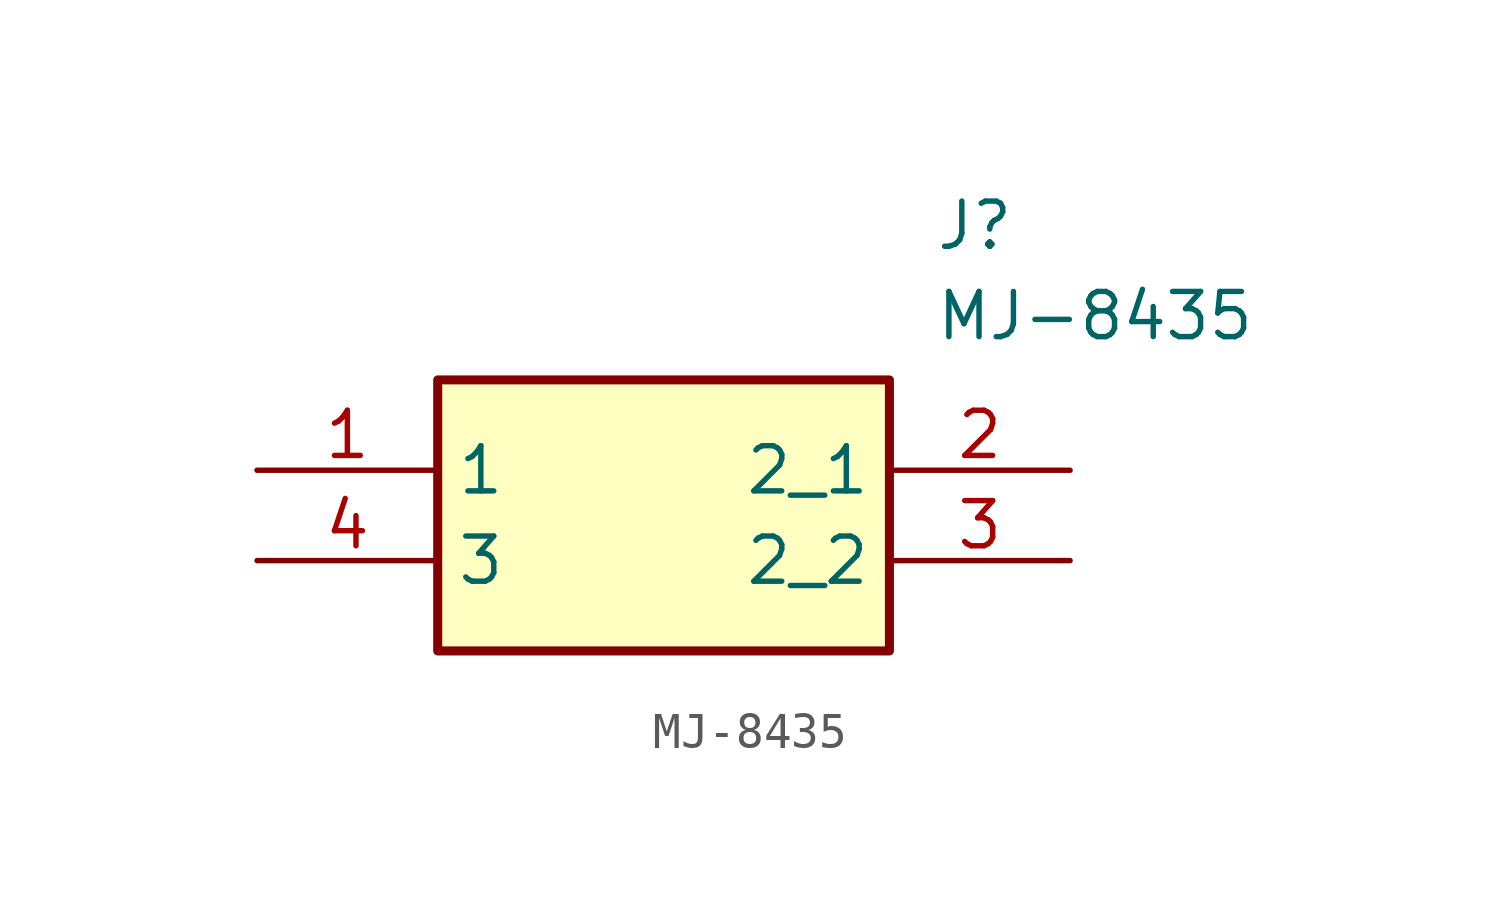
<source format=kicad_sym>
(kicad_symbol_lib
  (version 20211014)
  (generator SamacSys_ECAD_Model)
  (symbol "MJ-8435"
    (property "Reference" "J"
      (at 19.05 7.62 0)
      (effects (font (size 1.27 1.27)) (justify left top)))
    (property "Value" "MJ-8435"
      (at 19.05 5.08 0)
      (effects (font (size 1.27 1.27)) (justify left top)))
    (rectangle
      (start 5.08 2.54)
      (end 17.78 -5.08)
      (stroke (width 0.254) (type default))
      (fill (type background)))
    (pin passive line
      (at 0 0 0)
      (length 5.08)
      (name "1" (effects (font (size 1.27 1.27))))
      (number "1" (effects (font (size 1.27 1.27)))))
    (pin passive line
      (at 22.86 0 180)
      (length 5.08)
      (name "2_1" (effects (font (size 1.27 1.27))))
      (number "2" (effects (font (size 1.27 1.27)))))
    (pin passive line
      (at 22.86 -2.54 180)
      (length 5.08)
      (name "2_2" (effects (font (size 1.27 1.27))))
      (number "3" (effects (font (size 1.27 1.27)))))
    (pin passive line
      (at 0 -2.54 0)
      (length 5.08)
      (name "3" (effects (font (size 1.27 1.27))))
      (number "4" (effects (font (size 1.27 1.27)))))))
</source>
